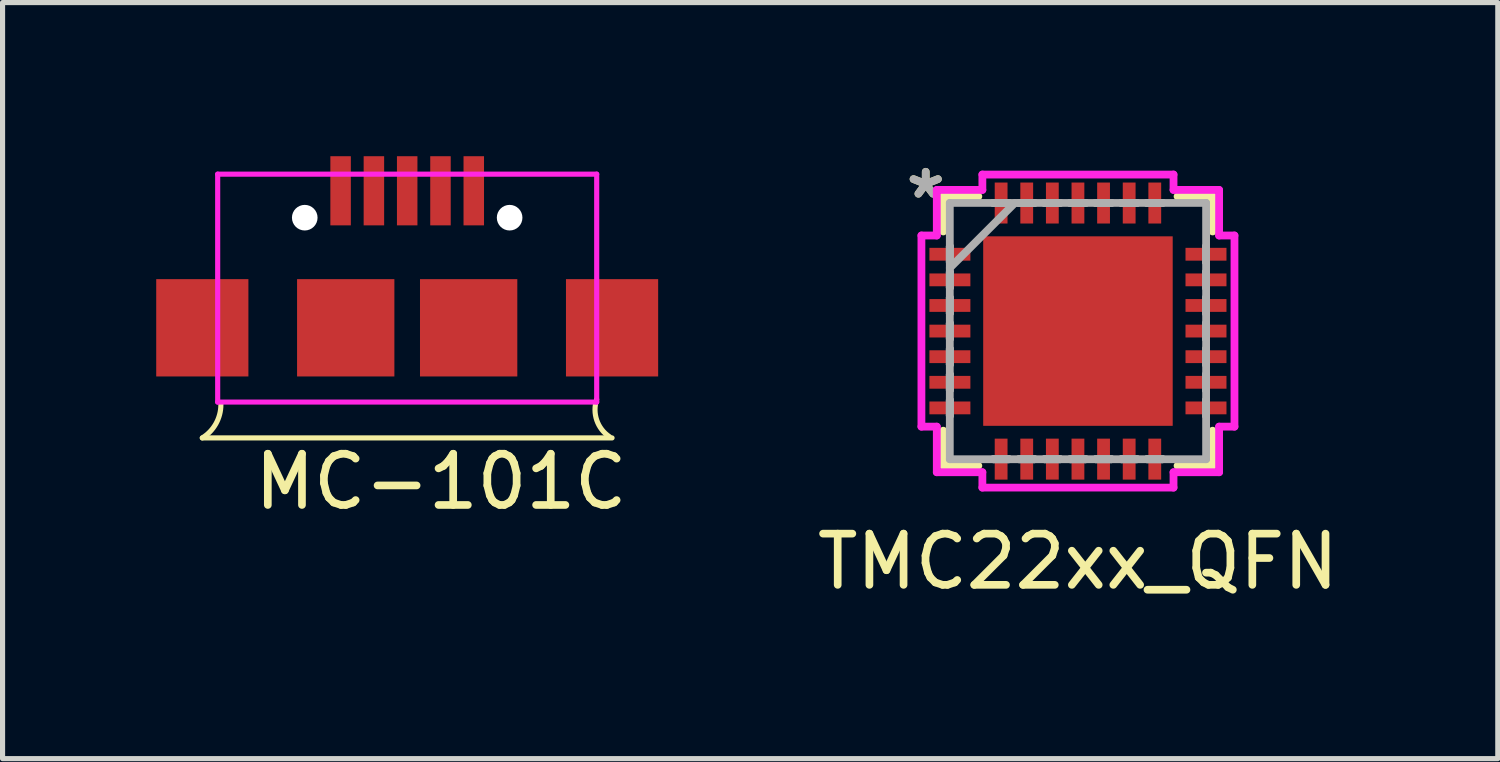
<source format=kicad_pcb>
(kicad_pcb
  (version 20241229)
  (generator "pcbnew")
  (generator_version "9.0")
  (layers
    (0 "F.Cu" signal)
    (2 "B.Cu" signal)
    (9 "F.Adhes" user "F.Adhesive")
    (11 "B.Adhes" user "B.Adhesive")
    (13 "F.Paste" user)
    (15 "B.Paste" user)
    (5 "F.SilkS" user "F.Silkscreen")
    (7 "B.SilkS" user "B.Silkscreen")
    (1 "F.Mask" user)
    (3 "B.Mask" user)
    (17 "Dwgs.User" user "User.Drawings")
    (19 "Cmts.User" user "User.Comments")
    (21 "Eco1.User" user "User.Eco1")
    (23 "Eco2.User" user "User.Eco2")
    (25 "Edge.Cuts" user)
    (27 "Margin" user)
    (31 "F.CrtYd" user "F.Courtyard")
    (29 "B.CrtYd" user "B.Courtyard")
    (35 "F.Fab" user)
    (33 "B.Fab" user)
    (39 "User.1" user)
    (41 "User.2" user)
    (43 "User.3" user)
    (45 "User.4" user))
  (footprint "MC-101C"
    (layer "F.Cu")
    (at 4.925 2.569)
    (property "Reference" "MC-101C" (at 0.635 3.785 0) (layer "F.SilkS") (effects (font (size 1 1) (thickness 0.15))))
    (attr smd)
    (fp_line (start -4.025 2.931) (end 3.975 2.931) (stroke (width 0.1) (type solid)) (layer "F.SilkS"))
    (fp_arc (start -3.662184 2.2808) (mid -3.759148 2.653099) (end -4.025401 2.930799) (stroke (width 0.1) (type solid)) (layer "F.SilkS"))
    (fp_arc (start 3.923778 2.907034) (mid 3.676379 2.586055) (end 3.674601 2.180801) (stroke (width 0.1) (type solid)) (layer "F.SilkS"))
    (fp_line (start -3.725 -2.219) (end -3.725 2.231) (stroke (width 0.1) (type solid)) (layer "F.CrtYd"))
    (fp_line (start -3.725 2.231) (end 3.675 2.231) (stroke (width 0.1) (type solid)) (layer "F.CrtYd"))
    (fp_line (start 3.675 -2.219) (end -3.725 -2.219) (stroke (width 0.1) (type solid)) (layer "F.CrtYd"))
    (fp_line (start 3.675 2.231) (end 3.675 -2.219) (stroke (width 0.1) (type solid)) (layer "F.CrtYd"))
    (pad "" np_thru_hole circle (at -2.025 -1.369) (size 0.5 0.5) (drill 0.5) (layers "*.Cu" "*.Mask"))
    (pad "" np_thru_hole circle (at 1.975 -1.369) (size 0.5 0.5) (drill 0.5) (layers "*.Cu" "*.Mask"))
    (pad "1" smd rect (at -1.325 -1.894) (size 0.4 1.35) (layers "F.Cu" "F.Mask" "F.Paste"))
    (pad "2" smd rect (at -0.675 -1.894) (size 0.4 1.35) (layers "F.Cu" "F.Mask" "F.Paste"))
    (pad "3" smd rect (at -0.025 -1.894) (size 0.4 1.35) (layers "F.Cu" "F.Mask" "F.Paste"))
    (pad "4" smd rect (at 0.625 -1.894) (size 0.4 1.35) (layers "F.Cu" "F.Mask" "F.Paste"))
    (pad "5" smd rect (at 1.275 -1.894) (size 0.4 1.35) (layers "F.Cu" "F.Mask" "F.Paste"))
    (pad "6" smd rect (at -4.025 0.781) (size 1.8 1.9) (layers "F.Cu" "F.Mask" "F.Paste"))
    (pad "6" smd rect (at -1.225 0.781) (size 1.9 1.9) (layers "F.Cu" "F.Mask" "F.Paste"))
    (pad "6" smd rect (at 1.175 0.781) (size 1.9 1.9) (layers "F.Cu" "F.Mask" "F.Paste"))
    (pad "6" smd rect (at 3.975 0.781) (size 1.8 1.9) (layers "F.Cu" "F.Mask" "F.Paste")))
  (footprint "TMC22xx_QFN"
    (layer "F.Cu")
    (at 17.996 3.414)
    (property "Reference" "TMC22xx_QFN" (at 0 4.5 0) (layer "F.SilkS") (effects (font (size 1 1) (thickness 0.15))))
    (attr smd)
    (fp_line (start -2.629 -2.629) (end -2.629 -1.945) (stroke (width 0.152) (type solid)) (layer "F.SilkS"))
    (fp_line (start -2.629 1.945) (end -2.629 2.629) (stroke (width 0.152) (type solid)) (layer "F.SilkS"))
    (fp_line (start -2.629 2.629) (end -1.945 2.629) (stroke (width 0.152) (type solid)) (layer "F.SilkS"))
    (fp_line (start -1.945 -2.629) (end -2.629 -2.629) (stroke (width 0.152) (type solid)) (layer "F.SilkS"))
    (fp_line (start 1.945 2.629) (end 2.629 2.629) (stroke (width 0.152) (type solid)) (layer "F.SilkS"))
    (fp_line (start 2.629 -2.629) (end 1.945 -2.629) (stroke (width 0.152) (type solid)) (layer "F.SilkS"))
    (fp_line (start 2.629 -1.945) (end 2.629 -2.629) (stroke (width 0.152) (type solid)) (layer "F.SilkS"))
    (fp_line (start 2.629 2.629) (end 2.629 1.945) (stroke (width 0.152) (type solid)) (layer "F.SilkS"))
    (fp_line (start -3.056 -1.866) (end -2.756 -1.866) (stroke (width 0.152) (type solid)) (layer "F.CrtYd"))
    (fp_line (start -3.056 1.866) (end -3.056 -1.866) (stroke (width 0.152) (type solid)) (layer "F.CrtYd"))
    (fp_line (start -2.756 -2.756) (end -1.866 -2.756) (stroke (width 0.152) (type solid)) (layer "F.CrtYd"))
    (fp_line (start -2.756 -1.866) (end -2.756 -2.756) (stroke (width 0.152) (type solid)) (layer "F.CrtYd"))
    (fp_line (start -2.756 1.866) (end -3.056 1.866) (stroke (width 0.152) (type solid)) (layer "F.CrtYd"))
    (fp_line (start -2.756 2.756) (end -2.756 1.866) (stroke (width 0.152) (type solid)) (layer "F.CrtYd"))
    (fp_line (start -1.866 -3.056) (end 1.866 -3.056) (stroke (width 0.152) (type solid)) (layer "F.CrtYd"))
    (fp_line (start -1.866 -2.756) (end -1.866 -3.056) (stroke (width 0.152) (type solid)) (layer "F.CrtYd"))
    (fp_line (start -1.866 2.756) (end -2.756 2.756) (stroke (width 0.152) (type solid)) (layer "F.CrtYd"))
    (fp_line (start -1.866 3.056) (end -1.866 2.756) (stroke (width 0.152) (type solid)) (layer "F.CrtYd"))
    (fp_line (start 1.866 -3.056) (end 1.866 -2.756) (stroke (width 0.152) (type solid)) (layer "F.CrtYd"))
    (fp_line (start 1.866 -2.756) (end 2.756 -2.756) (stroke (width 0.152) (type solid)) (layer "F.CrtYd"))
    (fp_line (start 1.866 2.756) (end 1.866 3.056) (stroke (width 0.152) (type solid)) (layer "F.CrtYd"))
    (fp_line (start 1.866 3.056) (end -1.866 3.056) (stroke (width 0.152) (type solid)) (layer "F.CrtYd"))
    (fp_line (start 2.756 -2.756) (end 2.756 -1.866) (stroke (width 0.152) (type solid)) (layer "F.CrtYd"))
    (fp_line (start 2.756 -1.866) (end 3.056 -1.866) (stroke (width 0.152) (type solid)) (layer "F.CrtYd"))
    (fp_line (start 2.756 1.866) (end 2.756 2.756) (stroke (width 0.152) (type solid)) (layer "F.CrtYd"))
    (fp_line (start 2.756 2.756) (end 1.866 2.756) (stroke (width 0.152) (type solid)) (layer "F.CrtYd"))
    (fp_line (start 3.056 -1.866) (end 3.056 1.866) (stroke (width 0.152) (type solid)) (layer "F.CrtYd"))
    (fp_line (start 3.056 1.866) (end 2.756 1.866) (stroke (width 0.152) (type solid)) (layer "F.CrtYd"))
    (fp_line (start -2.502 -2.502) (end -2.502 2.502) (stroke (width 0.152) (type solid)) (layer "F.Fab"))
    (fp_line (start -2.502 -1.652) (end -2.502 -1.652) (stroke (width 0.152) (type solid)) (layer "F.Fab"))
    (fp_line (start -2.502 -1.652) (end -2.502 -1.348) (stroke (width 0.152) (type solid)) (layer "F.Fab"))
    (fp_line (start -2.502 -1.348) (end -2.502 -1.652) (stroke (width 0.152) (type solid)) (layer "F.Fab"))
    (fp_line (start -2.502 -1.348) (end -2.502 -1.348) (stroke (width 0.152) (type solid)) (layer "F.Fab"))
    (fp_line (start -2.502 -1.232) (end -1.232 -2.502) (stroke (width 0.152) (type solid)) (layer "F.Fab"))
    (fp_line (start -2.502 -1.152) (end -2.502 -1.152) (stroke (width 0.152) (type solid)) (layer "F.Fab"))
    (fp_line (start -2.502 -1.152) (end -2.502 -0.848) (stroke (width 0.152) (type solid)) (layer "F.Fab"))
    (fp_line (start -2.502 -0.848) (end -2.502 -1.152) (stroke (width 0.152) (type solid)) (layer "F.Fab"))
    (fp_line (start -2.502 -0.848) (end -2.502 -0.848) (stroke (width 0.152) (type solid)) (layer "F.Fab"))
    (fp_line (start -2.502 -0.652) (end -2.502 -0.652) (stroke (width 0.152) (type solid)) (layer "F.Fab"))
    (fp_line (start -2.502 -0.652) (end -2.502 -0.348) (stroke (width 0.152) (type solid)) (layer "F.Fab"))
    (fp_line (start -2.502 -0.348) (end -2.502 -0.652) (stroke (width 0.152) (type solid)) (layer "F.Fab"))
    (fp_line (start -2.502 -0.348) (end -2.502 -0.348) (stroke (width 0.152) (type solid)) (layer "F.Fab"))
    (fp_line (start -2.502 -0.152) (end -2.502 -0.152) (stroke (width 0.152) (type solid)) (layer "F.Fab"))
    (fp_line (start -2.502 -0.152) (end -2.502 0.152) (stroke (width 0.152) (type solid)) (layer "F.Fab"))
    (fp_line (start -2.502 0.152) (end -2.502 -0.152) (stroke (width 0.152) (type solid)) (layer "F.Fab"))
    (fp_line (start -2.502 0.152) (end -2.502 0.152) (stroke (width 0.152) (type solid)) (layer "F.Fab"))
    (fp_line (start -2.502 0.348) (end -2.502 0.348) (stroke (width 0.152) (type solid)) (layer "F.Fab"))
    (fp_line (start -2.502 0.348) (end -2.502 0.652) (stroke (width 0.152) (type solid)) (layer "F.Fab"))
    (fp_line (start -2.502 0.652) (end -2.502 0.348) (stroke (width 0.152) (type solid)) (layer "F.Fab"))
    (fp_line (start -2.502 0.652) (end -2.502 0.652) (stroke (width 0.152) (type solid)) (layer "F.Fab"))
    (fp_line (start -2.502 0.848) (end -2.502 0.848) (stroke (width 0.152) (type solid)) (layer "F.Fab"))
    (fp_line (start -2.502 0.848) (end -2.502 1.152) (stroke (width 0.152) (type solid)) (layer "F.Fab"))
    (fp_line (start -2.502 1.152) (end -2.502 0.848) (stroke (width 0.152) (type solid)) (layer "F.Fab"))
    (fp_line (start -2.502 1.152) (end -2.502 1.152) (stroke (width 0.152) (type solid)) (layer "F.Fab"))
    (fp_line (start -2.502 1.348) (end -2.502 1.348) (stroke (width 0.152) (type solid)) (layer "F.Fab"))
    (fp_line (start -2.502 1.348) (end -2.502 1.652) (stroke (width 0.152) (type solid)) (layer "F.Fab"))
    (fp_line (start -2.502 1.652) (end -2.502 1.348) (stroke (width 0.152) (type solid)) (layer "F.Fab"))
    (fp_line (start -2.502 1.652) (end -2.502 1.652) (stroke (width 0.152) (type solid)) (layer "F.Fab"))
    (fp_line (start -2.502 2.502) (end 2.502 2.502) (stroke (width 0.152) (type solid)) (layer "F.Fab"))
    (fp_line (start -1.652 -2.502) (end -1.652 -2.502) (stroke (width 0.152) (type solid)) (layer "F.Fab"))
    (fp_line (start -1.652 -2.502) (end -1.348 -2.502) (stroke (width 0.152) (type solid)) (layer "F.Fab"))
    (fp_line (start -1.652 2.502) (end -1.652 2.502) (stroke (width 0.152) (type solid)) (layer "F.Fab"))
    (fp_line (start -1.652 2.502) (end -1.348 2.502) (stroke (width 0.152) (type solid)) (layer "F.Fab"))
    (fp_line (start -1.348 -2.502) (end -1.652 -2.502) (stroke (width 0.152) (type solid)) (layer "F.Fab"))
    (fp_line (start -1.348 -2.502) (end -1.348 -2.502) (stroke (width 0.152) (type solid)) (layer "F.Fab"))
    (fp_line (start -1.348 2.502) (end -1.652 2.502) (stroke (width 0.152) (type solid)) (layer "F.Fab"))
    (fp_line (start -1.348 2.502) (end -1.348 2.502) (stroke (width 0.152) (type solid)) (layer "F.Fab"))
    (fp_line (start -1.152 -2.502) (end -1.152 -2.502) (stroke (width 0.152) (type solid)) (layer "F.Fab"))
    (fp_line (start -1.152 -2.502) (end -0.848 -2.502) (stroke (width 0.152) (type solid)) (layer "F.Fab"))
    (fp_line (start -1.152 2.502) (end -1.152 2.502) (stroke (width 0.152) (type solid)) (layer "F.Fab"))
    (fp_line (start -1.152 2.502) (end -0.848 2.502) (stroke (width 0.152) (type solid)) (layer "F.Fab"))
    (fp_line (start -0.848 -2.502) (end -1.152 -2.502) (stroke (width 0.152) (type solid)) (layer "F.Fab"))
    (fp_line (start -0.848 -2.502) (end -0.848 -2.502) (stroke (width 0.152) (type solid)) (layer "F.Fab"))
    (fp_line (start -0.848 2.502) (end -1.152 2.502) (stroke (width 0.152) (type solid)) (layer "F.Fab"))
    (fp_line (start -0.848 2.502) (end -0.848 2.502) (stroke (width 0.152) (type solid)) (layer "F.Fab"))
    (fp_line (start -0.652 -2.502) (end -0.652 -2.502) (stroke (width 0.152) (type solid)) (layer "F.Fab"))
    (fp_line (start -0.652 -2.502) (end -0.348 -2.502) (stroke (width 0.152) (type solid)) (layer "F.Fab"))
    (fp_line (start -0.652 2.502) (end -0.652 2.502) (stroke (width 0.152) (type solid)) (layer "F.Fab"))
    (fp_line (start -0.652 2.502) (end -0.348 2.502) (stroke (width 0.152) (type solid)) (layer "F.Fab"))
    (fp_line (start -0.348 -2.502) (end -0.652 -2.502) (stroke (width 0.152) (type solid)) (layer "F.Fab"))
    (fp_line (start -0.348 -2.502) (end -0.348 -2.502) (stroke (width 0.152) (type solid)) (layer "F.Fab"))
    (fp_line (start -0.348 2.502) (end -0.652 2.502) (stroke (width 0.152) (type solid)) (layer "F.Fab"))
    (fp_line (start -0.348 2.502) (end -0.348 2.502) (stroke (width 0.152) (type solid)) (layer "F.Fab"))
    (fp_line (start -0.152 -2.502) (end -0.152 -2.502) (stroke (width 0.152) (type solid)) (layer "F.Fab"))
    (fp_line (start -0.152 -2.502) (end 0.152 -2.502) (stroke (width 0.152) (type solid)) (layer "F.Fab"))
    (fp_line (start -0.152 2.502) (end -0.152 2.502) (stroke (width 0.152) (type solid)) (layer "F.Fab"))
    (fp_line (start -0.152 2.502) (end 0.152 2.502) (stroke (width 0.152) (type solid)) (layer "F.Fab"))
    (fp_line (start 0.152 -2.502) (end -0.152 -2.502) (stroke (width 0.152) (type solid)) (layer "F.Fab"))
    (fp_line (start 0.152 -2.502) (end 0.152 -2.502) (stroke (width 0.152) (type solid)) (layer "F.Fab"))
    (fp_line (start 0.152 2.502) (end -0.152 2.502) (stroke (width 0.152) (type solid)) (layer "F.Fab"))
    (fp_line (start 0.152 2.502) (end 0.152 2.502) (stroke (width 0.152) (type solid)) (layer "F.Fab"))
    (fp_line (start 0.348 -2.502) (end 0.348 -2.502) (stroke (width 0.152) (type solid)) (layer "F.Fab"))
    (fp_line (start 0.348 -2.502) (end 0.652 -2.502) (stroke (width 0.152) (type solid)) (layer "F.Fab"))
    (fp_line (start 0.348 2.502) (end 0.348 2.502) (stroke (width 0.152) (type solid)) (layer "F.Fab"))
    (fp_line (start 0.348 2.502) (end 0.652 2.502) (stroke (width 0.152) (type solid)) (layer "F.Fab"))
    (fp_line (start 0.652 -2.502) (end 0.348 -2.502) (stroke (width 0.152) (type solid)) (layer "F.Fab"))
    (fp_line (start 0.652 -2.502) (end 0.652 -2.502) (stroke (width 0.152) (type solid)) (layer "F.Fab"))
    (fp_line (start 0.652 2.502) (end 0.348 2.502) (stroke (width 0.152) (type solid)) (layer "F.Fab"))
    (fp_line (start 0.652 2.502) (end 0.652 2.502) (stroke (width 0.152) (type solid)) (layer "F.Fab"))
    (fp_line (start 0.848 -2.502) (end 0.848 -2.502) (stroke (width 0.152) (type solid)) (layer "F.Fab"))
    (fp_line (start 0.848 -2.502) (end 1.152 -2.502) (stroke (width 0.152) (type solid)) (layer "F.Fab"))
    (fp_line (start 0.848 2.502) (end 0.848 2.502) (stroke (width 0.152) (type solid)) (layer "F.Fab"))
    (fp_line (start 0.848 2.502) (end 1.152 2.502) (stroke (width 0.152) (type solid)) (layer "F.Fab"))
    (fp_line (start 1.152 -2.502) (end 0.848 -2.502) (stroke (width 0.152) (type solid)) (layer "F.Fab"))
    (fp_line (start 1.152 -2.502) (end 1.152 -2.502) (stroke (width 0.152) (type solid)) (layer "F.Fab"))
    (fp_line (start 1.152 2.502) (end 0.848 2.502) (stroke (width 0.152) (type solid)) (layer "F.Fab"))
    (fp_line (start 1.152 2.502) (end 1.152 2.502) (stroke (width 0.152) (type solid)) (layer "F.Fab"))
    (fp_line (start 1.348 -2.502) (end 1.348 -2.502) (stroke (width 0.152) (type solid)) (layer "F.Fab"))
    (fp_line (start 1.348 -2.502) (end 1.652 -2.502) (stroke (width 0.152) (type solid)) (layer "F.Fab"))
    (fp_line (start 1.348 2.502) (end 1.348 2.502) (stroke (width 0.152) (type solid)) (layer "F.Fab"))
    (fp_line (start 1.348 2.502) (end 1.652 2.502) (stroke (width 0.152) (type solid)) (layer "F.Fab"))
    (fp_line (start 1.652 -2.502) (end 1.348 -2.502) (stroke (width 0.152) (type solid)) (layer "F.Fab"))
    (fp_line (start 1.652 -2.502) (end 1.652 -2.502) (stroke (width 0.152) (type solid)) (layer "F.Fab"))
    (fp_line (start 1.652 2.502) (end 1.348 2.502) (stroke (width 0.152) (type solid)) (layer "F.Fab"))
    (fp_line (start 1.652 2.502) (end 1.652 2.502) (stroke (width 0.152) (type solid)) (layer "F.Fab"))
    (fp_line (start 2.502 -2.502) (end -2.502 -2.502) (stroke (width 0.152) (type solid)) (layer "F.Fab"))
    (fp_line (start 2.502 -1.652) (end 2.502 -1.652) (stroke (width 0.152) (type solid)) (layer "F.Fab"))
    (fp_line (start 2.502 -1.652) (end 2.502 -1.348) (stroke (width 0.152) (type solid)) (layer "F.Fab"))
    (fp_line (start 2.502 -1.348) (end 2.502 -1.652) (stroke (width 0.152) (type solid)) (layer "F.Fab"))
    (fp_line (start 2.502 -1.348) (end 2.502 -1.348) (stroke (width 0.152) (type solid)) (layer "F.Fab"))
    (fp_line (start 2.502 -1.152) (end 2.502 -1.152) (stroke (width 0.152) (type solid)) (layer "F.Fab"))
    (fp_line (start 2.502 -1.152) (end 2.502 -0.848) (stroke (width 0.152) (type solid)) (layer "F.Fab"))
    (fp_line (start 2.502 -0.848) (end 2.502 -1.152) (stroke (width 0.152) (type solid)) (layer "F.Fab"))
    (fp_line (start 2.502 -0.848) (end 2.502 -0.848) (stroke (width 0.152) (type solid)) (layer "F.Fab"))
    (fp_line (start 2.502 -0.652) (end 2.502 -0.652) (stroke (width 0.152) (type solid)) (layer "F.Fab"))
    (fp_line (start 2.502 -0.652) (end 2.502 -0.348) (stroke (width 0.152) (type solid)) (layer "F.Fab"))
    (fp_line (start 2.502 -0.348) (end 2.502 -0.652) (stroke (width 0.152) (type solid)) (layer "F.Fab"))
    (fp_line (start 2.502 -0.348) (end 2.502 -0.348) (stroke (width 0.152) (type solid)) (layer "F.Fab"))
    (fp_line (start 2.502 -0.152) (end 2.502 -0.152) (stroke (width 0.152) (type solid)) (layer "F.Fab"))
    (fp_line (start 2.502 -0.152) (end 2.502 0.152) (stroke (width 0.152) (type solid)) (layer "F.Fab"))
    (fp_line (start 2.502 0.152) (end 2.502 -0.152) (stroke (width 0.152) (type solid)) (layer "F.Fab"))
    (fp_line (start 2.502 0.152) (end 2.502 0.152) (stroke (width 0.152) (type solid)) (layer "F.Fab"))
    (fp_line (start 2.502 0.348) (end 2.502 0.348) (stroke (width 0.152) (type solid)) (layer "F.Fab"))
    (fp_line (start 2.502 0.348) (end 2.502 0.652) (stroke (width 0.152) (type solid)) (layer "F.Fab"))
    (fp_line (start 2.502 0.652) (end 2.502 0.348) (stroke (width 0.152) (type solid)) (layer "F.Fab"))
    (fp_line (start 2.502 0.652) (end 2.502 0.652) (stroke (width 0.152) (type solid)) (layer "F.Fab"))
    (fp_line (start 2.502 0.848) (end 2.502 0.848) (stroke (width 0.152) (type solid)) (layer "F.Fab"))
    (fp_line (start 2.502 0.848) (end 2.502 1.152) (stroke (width 0.152) (type solid)) (layer "F.Fab"))
    (fp_line (start 2.502 1.152) (end 2.502 0.848) (stroke (width 0.152) (type solid)) (layer "F.Fab"))
    (fp_line (start 2.502 1.152) (end 2.502 1.152) (stroke (width 0.152) (type solid)) (layer "F.Fab"))
    (fp_line (start 2.502 1.348) (end 2.502 1.348) (stroke (width 0.152) (type solid)) (layer "F.Fab"))
    (fp_line (start 2.502 1.348) (end 2.502 1.652) (stroke (width 0.152) (type solid)) (layer "F.Fab"))
    (fp_line (start 2.502 1.652) (end 2.502 1.348) (stroke (width 0.152) (type solid)) (layer "F.Fab"))
    (fp_line (start 2.502 1.652) (end 2.502 1.652) (stroke (width 0.152) (type solid)) (layer "F.Fab"))
    (fp_line (start 2.502 2.502) (end 2.502 -2.502) (stroke (width 0.152) (type solid)) (layer "F.Fab"))
    (fp_text user "*" (at -2.972 -2.565 0) (layer "F.SilkS") (effects (font (size 1 1) (thickness 0.15))))
    (fp_text user "*" (at -2.972 -2.565 0) (layer "F.Fab") (effects (font (size 1 1) (thickness 0.15))))
    (pad "1" smd rect (at -2.5 -1.5 90) (size 0.25 0.8) (layers "F.Cu" "F.Mask" "F.Paste"))
    (pad "2" smd rect (at -2.5 -1 90) (size 0.25 0.8) (layers "F.Cu" "F.Mask" "F.Paste"))
    (pad "3" smd rect (at -2.5 -0.5 90) (size 0.25 0.8) (layers "F.Cu" "F.Mask" "F.Paste"))
    (pad "4" smd rect (at -2.5 0 90) (size 0.25 0.8) (layers "F.Cu" "F.Mask" "F.Paste"))
    (pad "5" smd rect (at -2.5 0.5 90) (size 0.25 0.8) (layers "F.Cu" "F.Mask" "F.Paste"))
    (pad "6" smd rect (at -2.5 1 90) (size 0.25 0.8) (layers "F.Cu" "F.Mask" "F.Paste"))
    (pad "7" smd rect (at -2.5 1.5 90) (size 0.25 0.8) (layers "F.Cu" "F.Mask" "F.Paste"))
    (pad "8" smd rect (at -1.5 2.5) (size 0.25 0.8) (layers "F.Cu" "F.Mask" "F.Paste"))
    (pad "9" smd rect (at -1 2.5) (size 0.25 0.8) (layers "F.Cu" "F.Mask" "F.Paste"))
    (pad "10" smd rect (at -0.5 2.5) (size 0.25 0.8) (layers "F.Cu" "F.Mask" "F.Paste"))
    (pad "11" smd rect (at 0 2.5) (size 0.25 0.8) (layers "F.Cu" "F.Mask" "F.Paste"))
    (pad "12" smd rect (at 0.5 2.5) (size 0.25 0.8) (layers "F.Cu" "F.Mask" "F.Paste"))
    (pad "13" smd rect (at 1 2.5) (size 0.25 0.8) (layers "F.Cu" "F.Mask" "F.Paste"))
    (pad "14" smd rect (at 1.5 2.5) (size 0.25 0.8) (layers "F.Cu" "F.Mask" "F.Paste"))
    (pad "15" smd rect (at 2.5 1.5 90) (size 0.25 0.8) (layers "F.Cu" "F.Mask" "F.Paste"))
    (pad "16" smd rect (at 2.5 1 90) (size 0.25 0.8) (layers "F.Cu" "F.Mask" "F.Paste"))
    (pad "17" smd rect (at 2.5 0.5 90) (size 0.25 0.8) (layers "F.Cu" "F.Mask" "F.Paste"))
    (pad "18" smd rect (at 2.5 0 90) (size 0.25 0.8) (layers "F.Cu" "F.Mask" "F.Paste"))
    (pad "19" smd rect (at 2.5 -0.5 90) (size 0.25 0.8) (layers "F.Cu" "F.Mask" "F.Paste"))
    (pad "20" smd rect (at 2.5 -1 90) (size 0.25 0.8) (layers "F.Cu" "F.Mask" "F.Paste"))
    (pad "21" smd rect (at 2.5 -1.5 90) (size 0.25 0.8) (layers "F.Cu" "F.Mask" "F.Paste"))
    (pad "22" smd rect (at 1.5 -2.5) (size 0.25 0.8) (layers "F.Cu" "F.Mask" "F.Paste"))
    (pad "23" smd rect (at 1 -2.5) (size 0.25 0.8) (layers "F.Cu" "F.Mask" "F.Paste"))
    (pad "24" smd rect (at 0.5 -2.5) (size 0.25 0.8) (layers "F.Cu" "F.Mask" "F.Paste"))
    (pad "25" smd rect (at 0 -2.5) (size 0.25 0.8) (layers "F.Cu" "F.Mask" "F.Paste"))
    (pad "26" smd rect (at -0.5 -2.5) (size 0.25 0.8) (layers "F.Cu" "F.Mask" "F.Paste"))
    (pad "27" smd rect (at -1 -2.5) (size 0.25 0.8) (layers "F.Cu" "F.Mask" "F.Paste"))
    (pad "28" smd rect (at -1.5 -2.5) (size 0.25 0.8) (layers "F.Cu" "F.Mask" "F.Paste"))
    (pad "29" smd rect (at 0 0) (size 3.7 3.7) (layers "F.Cu" "F.Mask" "F.Paste")))
  (gr_rect
    (start -3 -3)
    (end 26.193 11.762)
    (stroke (width 0.1) (type default))
    (fill no)
    (layer "Edge.Cuts")))
</source>
